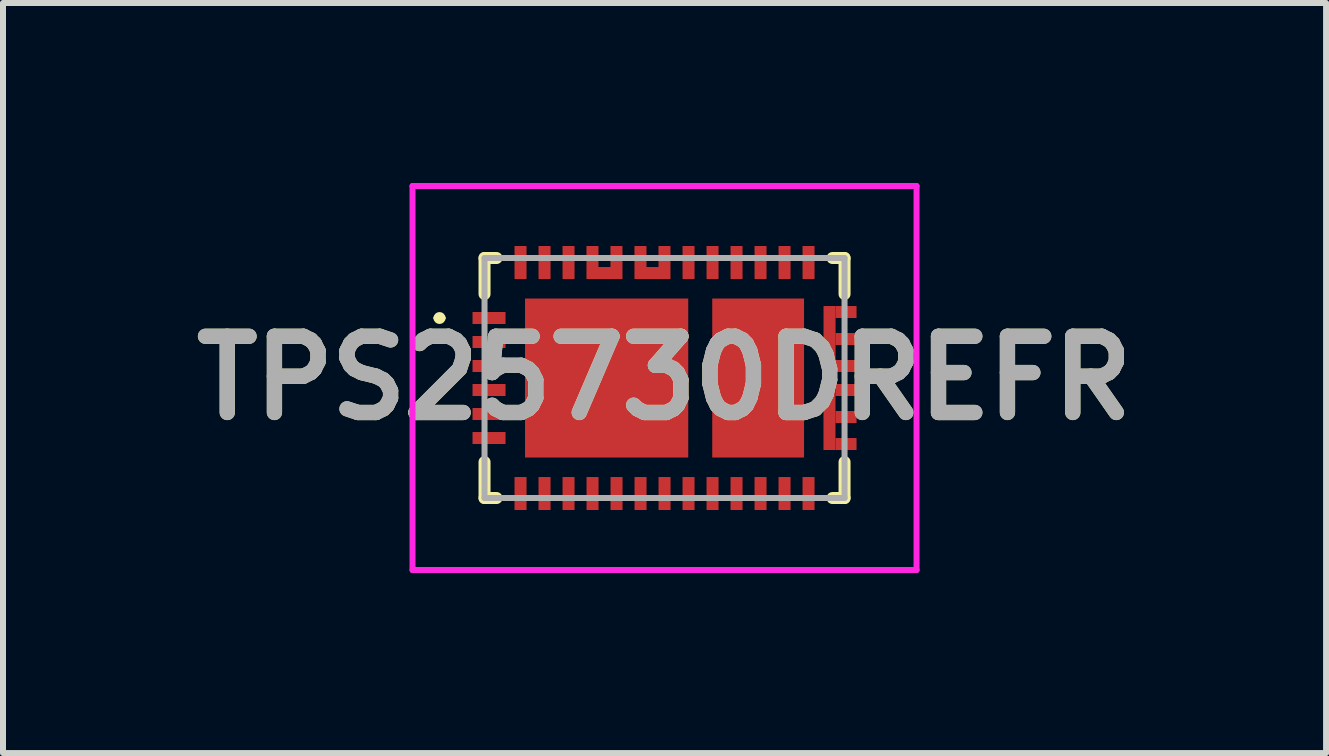
<source format=kicad_pcb>
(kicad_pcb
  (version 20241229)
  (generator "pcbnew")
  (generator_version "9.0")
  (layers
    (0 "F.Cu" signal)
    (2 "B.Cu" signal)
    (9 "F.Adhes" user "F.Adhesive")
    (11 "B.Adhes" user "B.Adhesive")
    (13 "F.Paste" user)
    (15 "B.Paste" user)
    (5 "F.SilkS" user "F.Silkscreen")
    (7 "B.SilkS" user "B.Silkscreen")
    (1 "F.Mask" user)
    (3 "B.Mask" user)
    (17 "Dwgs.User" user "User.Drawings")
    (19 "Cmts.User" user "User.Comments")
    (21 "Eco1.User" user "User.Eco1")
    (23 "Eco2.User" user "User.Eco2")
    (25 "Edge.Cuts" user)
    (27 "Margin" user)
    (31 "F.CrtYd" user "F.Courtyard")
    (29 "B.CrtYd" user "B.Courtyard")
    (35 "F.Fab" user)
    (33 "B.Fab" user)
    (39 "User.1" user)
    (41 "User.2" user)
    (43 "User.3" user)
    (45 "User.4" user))
  (footprint "TPS25730DREFR"
    (layer "F.Cu")
    (at 8.025 3.25)
    (property "Reference" "TPS25730DREFR" (at 0 0 0) (layer "F.SilkS") (effects (font (size 1.27 1.27) (thickness 0.254))))
    (attr smd)
    (fp_line (start -3.8 -1) (end -3.8 -1) (stroke (width 0.1) (type solid)) (layer "F.SilkS"))
    (fp_line (start -3.7 -1) (end -3.7 -1) (stroke (width 0.1) (type solid)) (layer "F.SilkS"))
    (fp_line (start -3 -2) (end -2.8 -2) (stroke (width 0.2) (type solid)) (layer "F.SilkS"))
    (fp_line (start -3 -1.4) (end -3 -2) (stroke (width 0.2) (type solid)) (layer "F.SilkS"))
    (fp_line (start -3 1.4) (end -3 2) (stroke (width 0.2) (type solid)) (layer "F.SilkS"))
    (fp_line (start -3 2) (end -2.8 2) (stroke (width 0.2) (type solid)) (layer "F.SilkS"))
    (fp_line (start 2.8 -2) (end 3 -2) (stroke (width 0.2) (type solid)) (layer "F.SilkS"))
    (fp_line (start 2.8 2) (end 3 2) (stroke (width 0.2) (type solid)) (layer "F.SilkS"))
    (fp_line (start 3 -2) (end 3 -1.4) (stroke (width 0.2) (type solid)) (layer "F.SilkS"))
    (fp_line (start 3 2) (end 3 1.4) (stroke (width 0.2) (type solid)) (layer "F.SilkS"))
    (fp_arc (start -3.8 -1) (mid -3.75 -1.05) (end -3.7 -1) (stroke (width 0.1) (type solid)) (layer "F.SilkS"))
    (fp_arc (start -3.7 -1) (mid -3.75 -0.95) (end -3.8 -1) (stroke (width 0.1) (type solid)) (layer "F.SilkS"))
    (fp_line (start -4.2 -3.2) (end 4.2 -3.2) (stroke (width 0.1) (type solid)) (layer "F.CrtYd"))
    (fp_line (start -4.2 3.2) (end -4.2 -3.2) (stroke (width 0.1) (type solid)) (layer "F.CrtYd"))
    (fp_line (start 4.2 -3.2) (end 4.2 3.2) (stroke (width 0.1) (type solid)) (layer "F.CrtYd"))
    (fp_line (start 4.2 3.2) (end -4.2 3.2) (stroke (width 0.1) (type solid)) (layer "F.CrtYd"))
    (fp_line (start -3 -2) (end -3 2) (stroke (width 0.1) (type solid)) (layer "F.Fab"))
    (fp_line (start -3 2) (end 3 2) (stroke (width 0.1) (type solid)) (layer "F.Fab"))
    (fp_line (start 3 -2) (end -3 -2) (stroke (width 0.1) (type solid)) (layer "F.Fab"))
    (fp_line (start 3 2) (end 3 -2) (stroke (width 0.1) (type solid)) (layer "F.Fab"))
    (fp_text user "${REFERENCE}" (at 0 0 0) (layer "F.Fab") (effects (font (size 1.27 1.27) (thickness 0.254))))
    (pad "1" smd rect (at -2.925 -1 90) (size 0.2 0.55) (layers "F.Cu" "F.Mask" "F.Paste"))
    (pad "2" smd rect (at -2.925 -0.6 90) (size 0.2 0.55) (layers "F.Cu" "F.Mask" "F.Paste"))
    (pad "3" smd rect (at -2.925 -0.2 90) (size 0.2 0.55) (layers "F.Cu" "F.Mask" "F.Paste"))
    (pad "4" smd rect (at -2.925 0.2 90) (size 0.2 0.55) (layers "F.Cu" "F.Mask" "F.Paste"))
    (pad "5" smd rect (at -2.925 0.6 90) (size 0.2 0.55) (layers "F.Cu" "F.Mask" "F.Paste"))
    (pad "6" smd rect (at -2.925 1 90) (size 0.2 0.55) (layers "F.Cu" "F.Mask" "F.Paste"))
    (pad "7" smd rect (at -2.4 1.925) (size 0.2 0.55) (layers "F.Cu" "F.Mask" "F.Paste"))
    (pad "8" smd rect (at -2 1.925) (size 0.2 0.55) (layers "F.Cu" "F.Mask" "F.Paste"))
    (pad "9" smd rect (at -1.6 1.925) (size 0.2 0.55) (layers "F.Cu" "F.Mask" "F.Paste"))
    (pad "10" smd rect (at -1.2 1.925) (size 0.2 0.55) (layers "F.Cu" "F.Mask" "F.Paste"))
    (pad "11" smd rect (at -0.8 1.925) (size 0.2 0.55) (layers "F.Cu" "F.Mask" "F.Paste"))
    (pad "12" smd rect (at -0.4 1.925) (size 0.2 0.55) (layers "F.Cu" "F.Mask" "F.Paste"))
    (pad "13" smd rect (at 0 1.925) (size 0.2 0.55) (layers "F.Cu" "F.Mask" "F.Paste"))
    (pad "14" smd rect (at 0.4 1.925) (size 0.2 0.55) (layers "F.Cu" "F.Mask" "F.Paste"))
    (pad "15" smd rect (at 0.8 1.925) (size 0.2 0.55) (layers "F.Cu" "F.Mask" "F.Paste"))
    (pad "16" smd rect (at 1.2 1.925) (size 0.2 0.55) (layers "F.Cu" "F.Mask" "F.Paste"))
    (pad "17" smd rect (at 1.6 1.925) (size 0.2 0.55) (layers "F.Cu" "F.Mask" "F.Paste"))
    (pad "18" smd rect (at 2 1.925) (size 0.2 0.55) (layers "F.Cu" "F.Mask" "F.Paste"))
    (pad "19" smd rect (at 2.4 1.925) (size 0.2 0.55) (layers "F.Cu" "F.Mask" "F.Paste"))
    (pad "20" smd rect (at 3.025 1.1 90) (size 0.2 0.35) (layers "F.Cu" "F.Mask" "F.Paste"))
    (pad "21" smd rect (at 3.025 0.65 90) (size 0.2 0.35) (layers "F.Cu" "F.Mask" "F.Paste"))
    (pad "22" smd rect (at 3.025 0.2 90) (size 0.2 0.35) (layers "F.Cu" "F.Mask" "F.Paste"))
    (pad "23" smd rect (at 3.025 -0.2 90) (size 0.2 0.35) (layers "F.Cu" "F.Mask" "F.Paste"))
    (pad "24" smd rect (at 3.025 -0.65 90) (size 0.2 0.35) (layers "F.Cu" "F.Mask" "F.Paste"))
    (pad "25" smd rect (at 3.025 -1.1 90) (size 0.2 0.35) (layers "F.Cu" "F.Mask" "F.Paste"))
    (pad "26" smd rect (at 2.4 -1.925) (size 0.2 0.55) (layers "F.Cu" "F.Mask" "F.Paste"))
    (pad "27" smd rect (at 2 -1.925) (size 0.2 0.55) (layers "F.Cu" "F.Mask" "F.Paste"))
    (pad "28" smd rect (at 1.6 -1.925) (size 0.2 0.55) (layers "F.Cu" "F.Mask" "F.Paste"))
    (pad "29" smd rect (at 1.2 -1.925) (size 0.2 0.55) (layers "F.Cu" "F.Mask" "F.Paste"))
    (pad "30" smd rect (at 0.8 -1.925) (size 0.2 0.55) (layers "F.Cu" "F.Mask" "F.Paste"))
    (pad "31" smd rect (at 0.4 -1.925) (size 0.2 0.55) (layers "F.Cu" "F.Mask" "F.Paste"))
    (pad "32" smd rect (at -0.001 -2.025) (size 0.2 0.35) (layers "F.Cu" "F.Mask" "F.Paste"))
    (pad "33" smd rect (at -0.401 -2.025) (size 0.2 0.35) (layers "F.Cu" "F.Mask" "F.Paste"))
    (pad "34" smd rect (at -0.801 -2.025) (size 0.2 0.35) (layers "F.Cu" "F.Mask" "F.Paste"))
    (pad "35" smd rect (at -1.201 -2.025) (size 0.2 0.35) (layers "F.Cu" "F.Mask" "F.Paste"))
    (pad "36" smd rect (at -1.6 -1.925) (size 0.2 0.55) (layers "F.Cu" "F.Mask" "F.Paste"))
    (pad "37" smd rect (at -2 -1.925) (size 0.2 0.55) (layers "F.Cu" "F.Mask" "F.Paste"))
    (pad "38" smd rect (at -2.4 -1.925) (size 0.2 0.55) (layers "F.Cu" "F.Mask" "F.Paste"))
    (pad "39" smd rect (at -0.965 0 90) (size 2.65 2.72) (layers "F.Cu" "F.Mask" "F.Paste"))
    (pad "40" smd rect (at 1.56 0) (size 1.53 2.65) (layers "F.Cu" "F.Mask" "F.Paste"))
    (pad "41" smd rect (at 2.749 0.65) (size 0.2 1.1) (layers "F.Cu" "F.Mask" "F.Paste"))
    (pad "42" smd rect (at 2.75 -0.65) (size 0.2 1.1) (layers "F.Cu" "F.Mask" "F.Paste"))
    (pad "43" smd rect (at -0.201 -1.75 90) (size 0.2 0.6) (layers "F.Cu" "F.Mask" "F.Paste"))
    (pad "44" smd rect (at -1.001 -1.75 90) (size 0.2 0.6) (layers "F.Cu" "F.Mask" "F.Paste")))
  (gr_rect
    (start -3 -3)
    (end 19.05 9.5)
    (stroke (width 0.1) (type default))
    (fill no)
    (layer "Edge.Cuts")))
</source>
